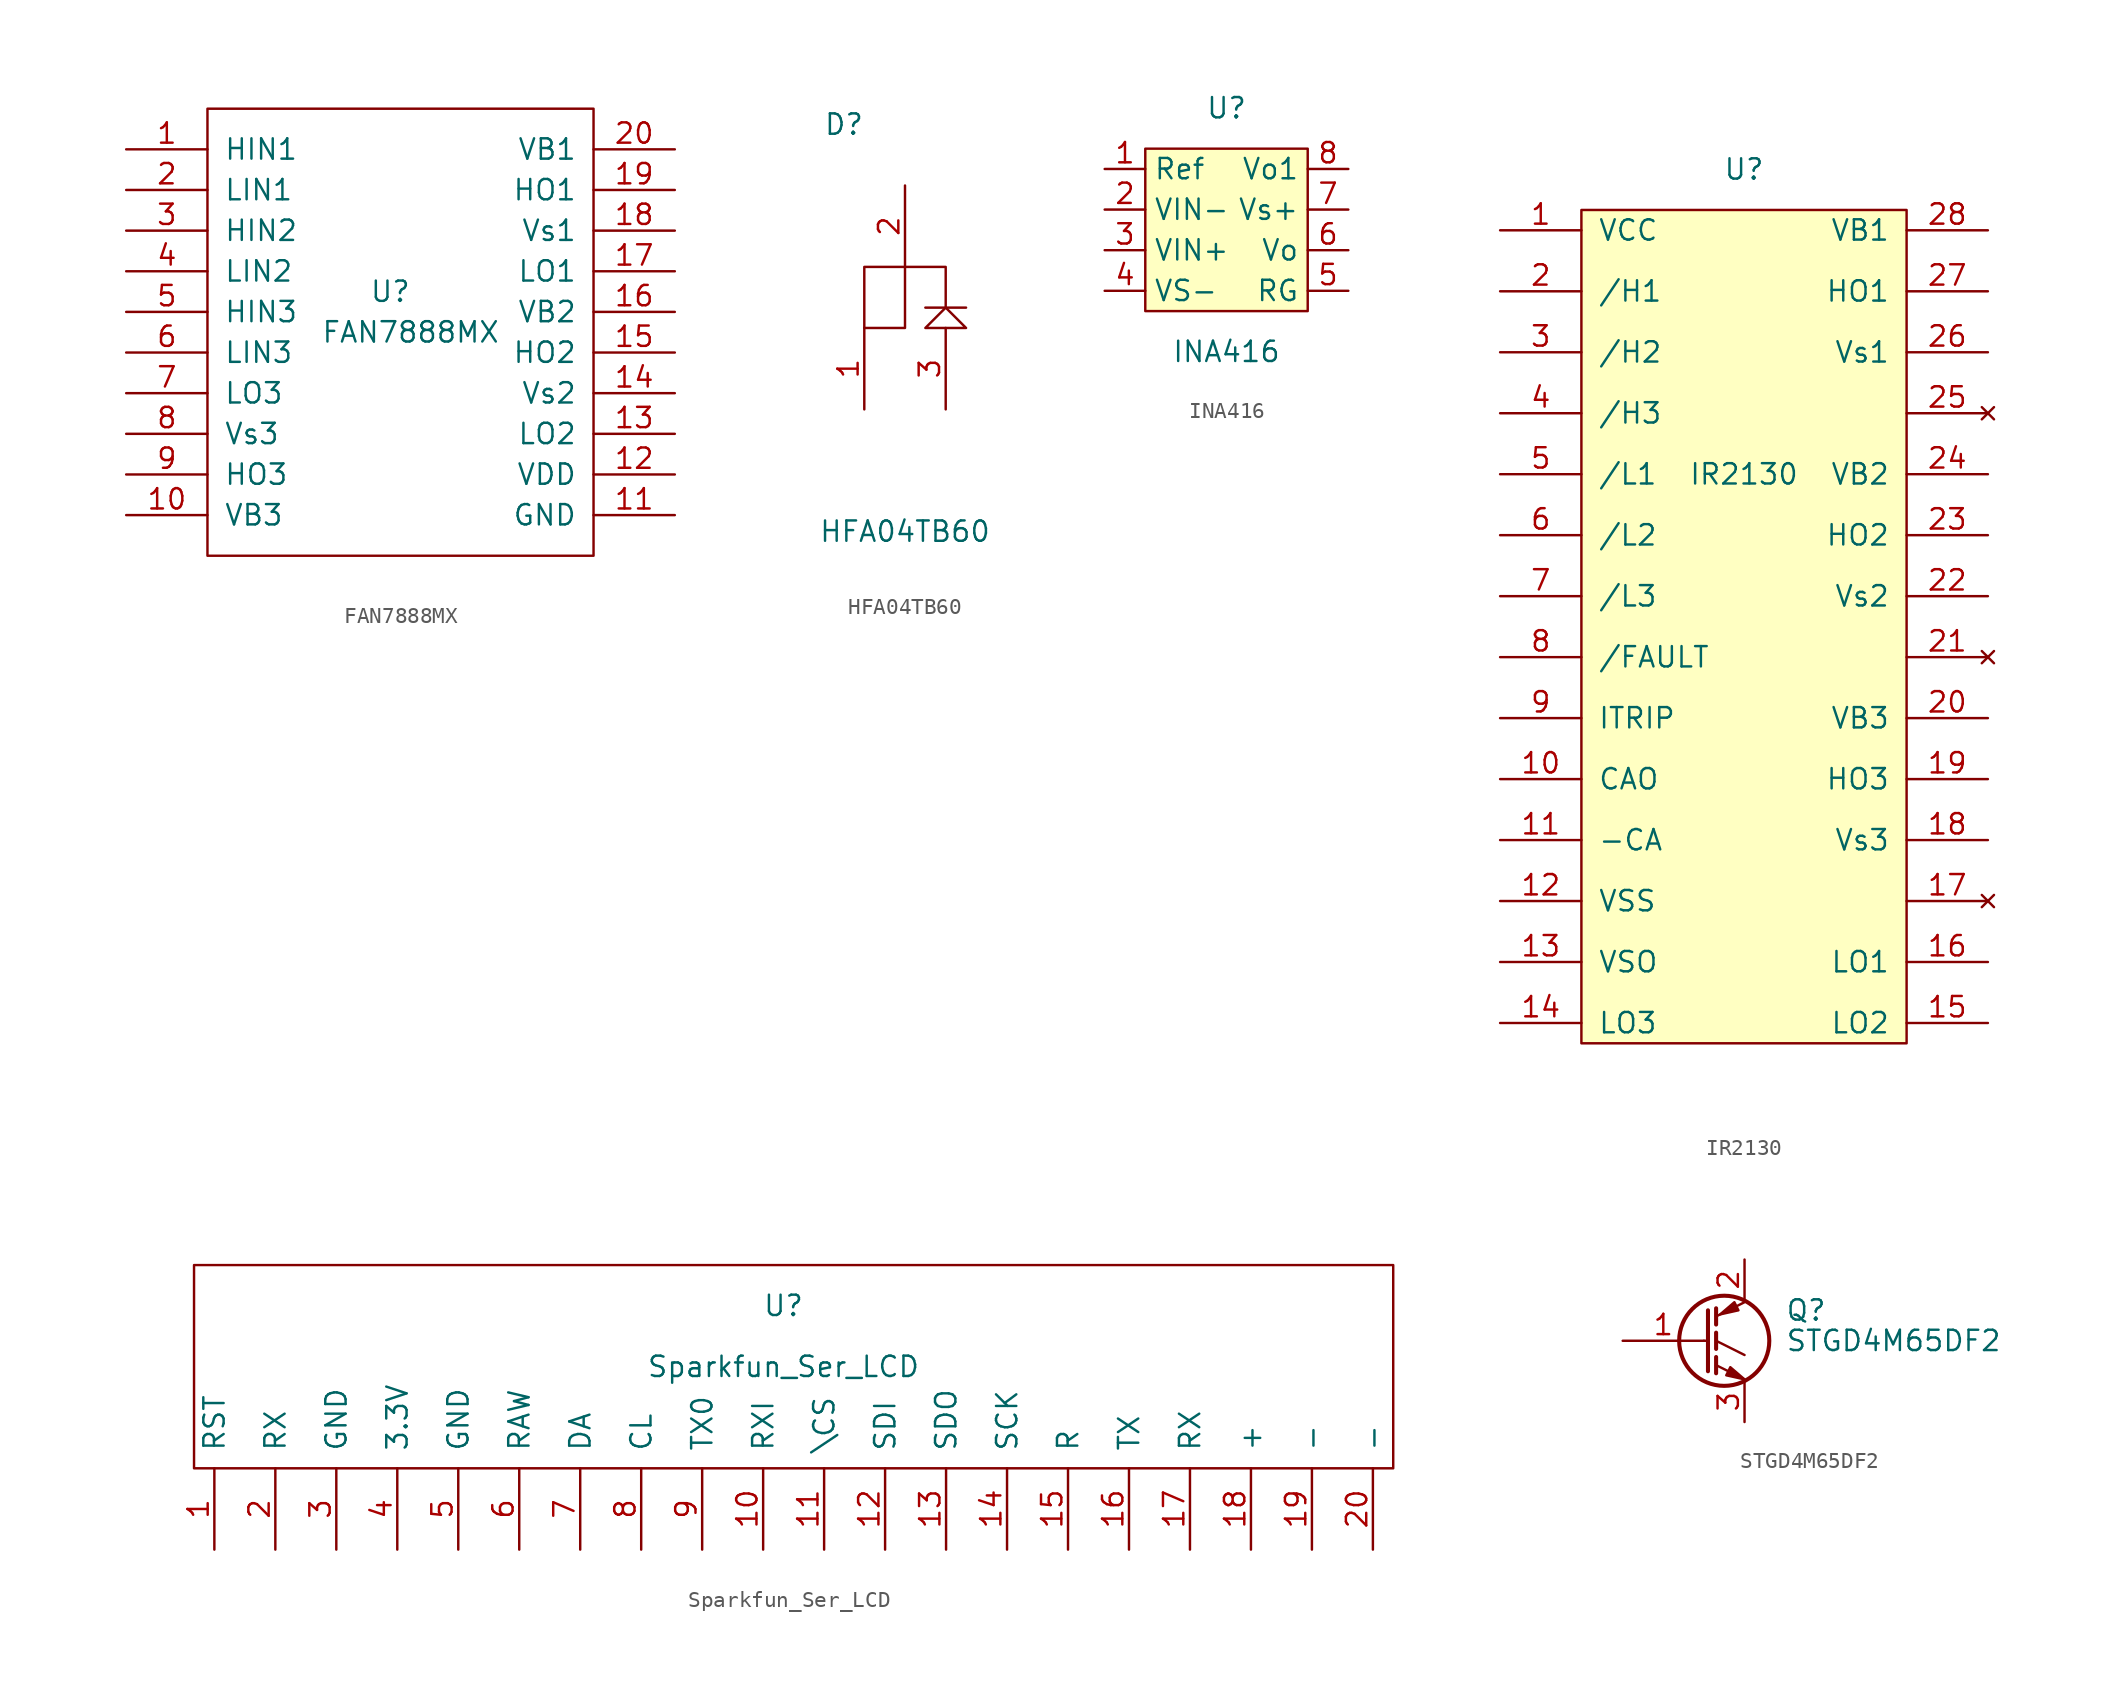
<source format=kicad_sym>
(kicad_symbol_lib
  (version 20211014)
  (generator kicad_symbol_editor)
  (symbol "FAN7888MX"
    (pin_names
      (offset 1.016))
    (property "Reference" "U"
      (at -1.27 2.54 0)
      (effects (font (size 1.27 1.27))))
    (property "Value" "FAN7888MX"
      (at 0 0 0)
      (effects (font (size 1.27 1.27))))
    (symbol "FAN7888MX_0_1"
      (rectangle (start -12.7 13.97) (end 11.43 -13.97) (stroke (width 0) (type default) (color 0 0 0 0)) (fill (type none))))
    (symbol "FAN7888MX_1_1"
      (pin input line (at -17.78 11.43 0) (length 5.08) (name "HIN1" (effects (font (size 1.27 1.27)))) (number "1" (effects (font (size 1.27 1.27)))))
      (pin output line (at -17.78 -11.43 0) (length 5.08) (name "VB3" (effects (font (size 1.27 1.27)))) (number "10" (effects (font (size 1.27 1.27)))))
      (pin power_in line (at 16.51 -11.43 180) (length 5.08) (name "GND" (effects (font (size 1.27 1.27)))) (number "11" (effects (font (size 1.27 1.27)))))
      (pin output line (at 16.51 -8.89 180) (length 5.08) (name "VDD" (effects (font (size 1.27 1.27)))) (number "12" (effects (font (size 1.27 1.27)))))
      (pin output line (at 16.51 -6.35 180) (length 5.08) (name "LO2" (effects (font (size 1.27 1.27)))) (number "13" (effects (font (size 1.27 1.27)))))
      (pin output line (at 16.51 -3.81 180) (length 5.08) (name "Vs2" (effects (font (size 1.27 1.27)))) (number "14" (effects (font (size 1.27 1.27)))))
      (pin output line (at 16.51 -1.27 180) (length 5.08) (name "HO2" (effects (font (size 1.27 1.27)))) (number "15" (effects (font (size 1.27 1.27)))))
      (pin output line (at 16.51 1.27 180) (length 5.08) (name "VB2" (effects (font (size 1.27 1.27)))) (number "16" (effects (font (size 1.27 1.27)))))
      (pin output line (at 16.51 3.81 180) (length 5.08) (name "LO1" (effects (font (size 1.27 1.27)))) (number "17" (effects (font (size 1.27 1.27)))))
      (pin output line (at 16.51 6.35 180) (length 5.08) (name "Vs1" (effects (font (size 1.27 1.27)))) (number "18" (effects (font (size 1.27 1.27)))))
      (pin output line (at 16.51 8.89 180) (length 5.08) (name "HO1" (effects (font (size 1.27 1.27)))) (number "19" (effects (font (size 1.27 1.27)))))
      (pin input line (at -17.78 8.89 0) (length 5.08) (name "LIN1" (effects (font (size 1.27 1.27)))) (number "2" (effects (font (size 1.27 1.27)))))
      (pin output line (at 16.51 11.43 180) (length 5.08) (name "VB1" (effects (font (size 1.27 1.27)))) (number "20" (effects (font (size 1.27 1.27)))))
      (pin input line (at -17.78 6.35 0) (length 5.08) (name "HIN2" (effects (font (size 1.27 1.27)))) (number "3" (effects (font (size 1.27 1.27)))))
      (pin input line (at -17.78 3.81 0) (length 5.08) (name "LIN2" (effects (font (size 1.27 1.27)))) (number "4" (effects (font (size 1.27 1.27)))))
      (pin input line (at -17.78 1.27 0) (length 5.08) (name "HIN3" (effects (font (size 1.27 1.27)))) (number "5" (effects (font (size 1.27 1.27)))))
      (pin input line (at -17.78 -1.27 0) (length 5.08) (name "LIN3" (effects (font (size 1.27 1.27)))) (number "6" (effects (font (size 1.27 1.27)))))
      (pin output line (at -17.78 -3.81 0) (length 5.08) (name "LO3" (effects (font (size 1.27 1.27)))) (number "7" (effects (font (size 1.27 1.27)))))
      (pin output line (at -17.78 -6.35 0) (length 5.08) (name "Vs3" (effects (font (size 1.27 1.27)))) (number "8" (effects (font (size 1.27 1.27)))))
      (pin output line (at -17.78 -8.89 0) (length 5.08) (name "HO3" (effects (font (size 1.27 1.27)))) (number "9" (effects (font (size 1.27 1.27)))))))
  (symbol "HFA04TB60"
    (pin_names
      (offset 1.016))
    (property "Reference" "D"
      (at -3.81 11.43 0)
      (effects (font (size 1.27 1.27))))
    (property "Value" "HFA04TB60"
      (at 0 -13.97 0)
      (effects (font (size 1.27 1.27))))
    (symbol "HFA04TB60_0_1"
      (polyline (pts (xy 2.54 -1.27) (xy 3.81 -1.27) (xy 2.54 0) (xy 1.27 -1.27) (xy 2.54 -1.27)) (stroke (width 0) (type default) (color 0 0 0 0)) (fill (type none)))
      (polyline (pts (xy 1.27 0) (xy 3.81 0) (xy 2.54 0) (xy 2.54 2.54) (xy 0 2.54) (xy -2.54 2.54) (xy -2.54 -1.27) (xy 0 -1.27) (xy 0 2.54)) (stroke (width 0) (type default) (color 0 0 0 0)) (fill (type none))))
    (symbol "HFA04TB60_1_1"
      (pin input line (at -2.54 -6.35 90) (length 5.08) (name "~" (effects (font (size 1.27 1.27)))) (number "1" (effects (font (size 1.27 1.27)))))
      (pin input line (at 0 7.62 270) (length 5.08) (name "~" (effects (font (size 1.27 1.27)))) (number "2" (effects (font (size 1.27 1.27)))))
      (pin input line (at 2.54 -6.35 90) (length 5.08) (name "~" (effects (font (size 1.27 1.27)))) (number "3" (effects (font (size 1.27 1.27)))))))
  (symbol "INA416"
    (property "Reference" "U"
      (at 0 7.62 0)
      (effects (font (size 1.27 1.27))))
    (property "Value" "INA416"
      (at 0 -7.62 0)
      (effects (font (size 1.27 1.27))))
    (symbol "INA416_0_1"
      (rectangle (start -5.08 5.08) (end 5.08 -5.08) (stroke (width 0) (type default) (color 0 0 0 0)) (fill (type background))))
    (symbol "INA416_1_1"
      (pin input line (at -7.62 3.81 0) (length 2.54) (name "Ref" (effects (font (size 1.27 1.27)))) (number "1" (effects (font (size 1.27 1.27)))))
      (pin input line (at -7.62 1.27 0) (length 2.54) (name "VIN-" (effects (font (size 1.27 1.27)))) (number "2" (effects (font (size 1.27 1.27)))))
      (pin input line (at -7.62 -1.27 0) (length 2.54) (name "VIN+" (effects (font (size 1.27 1.27)))) (number "3" (effects (font (size 1.27 1.27)))))
      (pin input line (at -7.62 -3.81 0) (length 2.54) (name "VS-" (effects (font (size 1.27 1.27)))) (number "4" (effects (font (size 1.27 1.27)))))
      (pin input line (at 7.62 -3.81 180) (length 2.54) (name "RG" (effects (font (size 1.27 1.27)))) (number "5" (effects (font (size 1.27 1.27)))))
      (pin input line (at 7.62 -1.27 180) (length 2.54) (name "Vo" (effects (font (size 1.27 1.27)))) (number "6" (effects (font (size 1.27 1.27)))))
      (pin input line (at 7.62 1.27 180) (length 2.54) (name "Vs+" (effects (font (size 1.27 1.27)))) (number "7" (effects (font (size 1.27 1.27)))))
      (pin input line (at 7.62 3.81 180) (length 2.54) (name "Vo1" (effects (font (size 1.27 1.27)))) (number "8" (effects (font (size 1.27 1.27)))))))
  (symbol "IR2130"
    (pin_names
      (offset 1.016))
    (property "Reference" "U"
      (at 0 29.21 0)
      (effects (font (size 1.27 1.27))))
    (property "Value" "IR2130"
      (at 0 10.16 0)
      (effects (font (size 1.27 1.27))))
    (symbol "IR2130_0_1"
      (rectangle (start -10.16 26.67) (end 10.16 -25.4) (stroke (width 0) (type default) (color 0 0 0 0)) (fill (type background))))
    (symbol "IR2130_1_1"
      (pin power_in line (at -15.24 25.4 0) (length 5.08) (name "VCC" (effects (font (size 1.27 1.27)))) (number "1" (effects (font (size 1.27 1.27)))))
      (pin output line (at -15.24 -8.89 0) (length 5.08) (name "CAO" (effects (font (size 1.27 1.27)))) (number "10" (effects (font (size 1.27 1.27)))))
      (pin input line (at -15.24 -12.7 0) (length 5.08) (name "-CA" (effects (font (size 1.27 1.27)))) (number "11" (effects (font (size 1.27 1.27)))))
      (pin power_in line (at -15.24 -16.51 0) (length 5.08) (name "VSS" (effects (font (size 1.27 1.27)))) (number "12" (effects (font (size 1.27 1.27)))))
      (pin power_in line (at -15.24 -20.32 0) (length 5.08) (name "VSO" (effects (font (size 1.27 1.27)))) (number "13" (effects (font (size 1.27 1.27)))))
      (pin power_out line (at -15.24 -24.13 0) (length 5.08) (name "LO3" (effects (font (size 1.27 1.27)))) (number "14" (effects (font (size 1.27 1.27)))))
      (pin power_out line (at 15.24 -24.13 180) (length 5.08) (name "LO2" (effects (font (size 1.27 1.27)))) (number "15" (effects (font (size 1.27 1.27)))))
      (pin power_out line (at 15.24 -20.32 180) (length 5.08) (name "LO1" (effects (font (size 1.27 1.27)))) (number "16" (effects (font (size 1.27 1.27)))))
      (pin no_connect line (at 15.24 -16.51 180) (length 5.08) (name "~" (effects (font (size 1.27 1.27)))) (number "17" (effects (font (size 1.27 1.27)))))
      (pin input line (at 15.24 -12.7 180) (length 5.08) (name "Vs3" (effects (font (size 1.27 1.27)))) (number "18" (effects (font (size 1.27 1.27)))))
      (pin power_out line (at 15.24 -8.89 180) (length 5.08) (name "HO3" (effects (font (size 1.27 1.27)))) (number "19" (effects (font (size 1.27 1.27)))))
      (pin input line (at -15.24 21.59 0) (length 5.08) (name "/H1" (effects (font (size 1.27 1.27)))) (number "2" (effects (font (size 1.27 1.27)))))
      (pin power_in line (at 15.24 -5.08 180) (length 5.08) (name "VB3" (effects (font (size 1.27 1.27)))) (number "20" (effects (font (size 1.27 1.27)))))
      (pin no_connect line (at 15.24 -1.27 180) (length 5.08) (name "~" (effects (font (size 1.27 1.27)))) (number "21" (effects (font (size 1.27 1.27)))))
      (pin input line (at 15.24 2.54 180) (length 5.08) (name "Vs2" (effects (font (size 1.27 1.27)))) (number "22" (effects (font (size 1.27 1.27)))))
      (pin power_out line (at 15.24 6.35 180) (length 5.08) (name "HO2" (effects (font (size 1.27 1.27)))) (number "23" (effects (font (size 1.27 1.27)))))
      (pin power_in line (at 15.24 10.16 180) (length 5.08) (name "VB2" (effects (font (size 1.27 1.27)))) (number "24" (effects (font (size 1.27 1.27)))))
      (pin no_connect line (at 15.24 13.97 180) (length 5.08) (name "~" (effects (font (size 1.27 1.27)))) (number "25" (effects (font (size 1.27 1.27)))))
      (pin input line (at 15.24 17.78 180) (length 5.08) (name "Vs1" (effects (font (size 1.27 1.27)))) (number "26" (effects (font (size 1.27 1.27)))))
      (pin power_out line (at 15.24 21.59 180) (length 5.08) (name "HO1" (effects (font (size 1.27 1.27)))) (number "27" (effects (font (size 1.27 1.27)))))
      (pin power_in line (at 15.24 25.4 180) (length 5.08) (name "VB1" (effects (font (size 1.27 1.27)))) (number "28" (effects (font (size 1.27 1.27)))))
      (pin input line (at -15.24 17.78 0) (length 5.08) (name "/H2" (effects (font (size 1.27 1.27)))) (number "3" (effects (font (size 1.27 1.27)))))
      (pin input line (at -15.24 13.97 0) (length 5.08) (name "/H3" (effects (font (size 1.27 1.27)))) (number "4" (effects (font (size 1.27 1.27)))))
      (pin input line (at -15.24 10.16 0) (length 5.08) (name "/L1" (effects (font (size 1.27 1.27)))) (number "5" (effects (font (size 1.27 1.27)))))
      (pin input line (at -15.24 6.35 0) (length 5.08) (name "/L2" (effects (font (size 1.27 1.27)))) (number "6" (effects (font (size 1.27 1.27)))))
      (pin input line (at -15.24 2.54 0) (length 5.08) (name "/L3" (effects (font (size 1.27 1.27)))) (number "7" (effects (font (size 1.27 1.27)))))
      (pin output line (at -15.24 -1.27 0) (length 5.08) (name "/FAULT" (effects (font (size 1.27 1.27)))) (number "8" (effects (font (size 1.27 1.27)))))
      (pin input line (at -15.24 -5.08 0) (length 5.08) (name "ITRIP" (effects (font (size 1.27 1.27)))) (number "9" (effects (font (size 1.27 1.27)))))))
  (symbol "Sparkfun_Ser_LCD"
    (pin_names
      (offset 1.016))
    (property "Reference" "U"
      (at 0 2.54 0)
      (effects (font (size 1.27 1.27))))
    (property "Value" "Sparkfun_Ser_LCD"
      (at 0 -1.27 0)
      (effects (font (size 1.27 1.27))))
    (symbol "Sparkfun_Ser_LCD_0_1"
      (rectangle (start -36.83 5.08) (end 38.1 -7.62) (stroke (width 0) (type default) (color 0 0 0 0)) (fill (type none))))
    (symbol "Sparkfun_Ser_LCD_1_1"
      (pin output line (at -35.56 -12.7 90) (length 5.08) (name "RST" (effects (font (size 1.27 1.27)))) (number "1" (effects (font (size 1.27 1.27)))))
      (pin bidirectional line (at -1.27 -12.7 90) (length 5.08) (name "RXI" (effects (font (size 1.27 1.27)))) (number "10" (effects (font (size 1.27 1.27)))))
      (pin bidirectional line (at 2.54 -12.7 90) (length 5.08) (name "\\CS" (effects (font (size 1.27 1.27)))) (number "11" (effects (font (size 1.27 1.27)))))
      (pin bidirectional line (at 6.35 -12.7 90) (length 5.08) (name "SDI" (effects (font (size 1.27 1.27)))) (number "12" (effects (font (size 1.27 1.27)))))
      (pin bidirectional line (at 10.16 -12.7 90) (length 5.08) (name "SDO" (effects (font (size 1.27 1.27)))) (number "13" (effects (font (size 1.27 1.27)))))
      (pin bidirectional line (at 13.97 -12.7 90) (length 5.08) (name "SCK" (effects (font (size 1.27 1.27)))) (number "14" (effects (font (size 1.27 1.27)))))
      (pin bidirectional line (at 17.78 -12.7 90) (length 5.08) (name "R" (effects (font (size 1.27 1.27)))) (number "15" (effects (font (size 1.27 1.27)))))
      (pin bidirectional line (at 21.59 -12.7 90) (length 5.08) (name "TX" (effects (font (size 1.27 1.27)))) (number "16" (effects (font (size 1.27 1.27)))))
      (pin bidirectional line (at 25.4 -12.7 90) (length 5.08) (name "RX" (effects (font (size 1.27 1.27)))) (number "17" (effects (font (size 1.27 1.27)))))
      (pin bidirectional line (at 29.21 -12.7 90) (length 5.08) (name "+" (effects (font (size 1.27 1.27)))) (number "18" (effects (font (size 1.27 1.27)))))
      (pin bidirectional line (at 33.02 -12.7 90) (length 5.08) (name "-" (effects (font (size 1.27 1.27)))) (number "19" (effects (font (size 1.27 1.27)))))
      (pin output line (at -31.75 -12.7 90) (length 5.08) (name "RX" (effects (font (size 1.27 1.27)))) (number "2" (effects (font (size 1.27 1.27)))))
      (pin bidirectional line (at 36.83 -12.7 90) (length 5.08) (name "-" (effects (font (size 1.27 1.27)))) (number "20" (effects (font (size 1.27 1.27)))))
      (pin power_in line (at -27.94 -12.7 90) (length 5.08) (name "GND" (effects (font (size 1.27 1.27)))) (number "3" (effects (font (size 1.27 1.27)))))
      (pin power_in line (at -24.13 -12.7 90) (length 5.08) (name "3.3V" (effects (font (size 1.27 1.27)))) (number "4" (effects (font (size 1.27 1.27)))))
      (pin power_in line (at -20.32 -12.7 90) (length 5.08) (name "GND" (effects (font (size 1.27 1.27)))) (number "5" (effects (font (size 1.27 1.27)))))
      (pin bidirectional line (at -16.51 -12.7 90) (length 5.08) (name "RAW" (effects (font (size 1.27 1.27)))) (number "6" (effects (font (size 1.27 1.27)))))
      (pin bidirectional line (at -12.7 -12.7 90) (length 5.08) (name "DA" (effects (font (size 1.27 1.27)))) (number "7" (effects (font (size 1.27 1.27)))))
      (pin bidirectional line (at -8.89 -12.7 90) (length 5.08) (name "CL" (effects (font (size 1.27 1.27)))) (number "8" (effects (font (size 1.27 1.27)))))
      (pin bidirectional line (at -5.08 -12.7 90) (length 5.08) (name "TX0" (effects (font (size 1.27 1.27)))) (number "9" (effects (font (size 1.27 1.27)))))))
  (symbol "STGD4M65DF2"
    (pin_names
      (offset 0) hide)
    (property "Reference" "Q"
      (at 5.08 1.905 0)
      (effects (font (size 1.27 1.27)) (justify left)))
    (property "Value" "STGD4M65DF2"
      (at 5.08 0 0)
      (effects (font (size 1.27 1.27)) (justify left)))
    (symbol "STGD4M65DF2_0_1"
      (polyline (pts (xy 0 0) (xy 0.254 0)) (stroke (width 0) (type default) (color 0 0 0 0)) (fill (type none)))
      (polyline (pts (xy 0.762 -1.016) (xy 0.762 -2.032)) (stroke (width 0.254) (type default) (color 0 0 0 0)) (fill (type none)))
      (polyline (pts (xy 0.762 0.508) (xy 0.762 -0.508)) (stroke (width 0.254) (type default) (color 0 0 0 0)) (fill (type none)))
      (polyline (pts (xy 0.762 2.032) (xy 0.762 1.016)) (stroke (width 0.254) (type default) (color 0 0 0 0)) (fill (type none)))
      (polyline (pts (xy 2.54 -2.413) (xy 0.762 -1.524)) (stroke (width 0) (type default) (color 0 0 0 0)) (fill (type none)))
      (polyline (pts (xy 2.54 -0.889) (xy 0.762 0)) (stroke (width 0) (type default) (color 0 0 0 0)) (fill (type none)))
      (polyline (pts (xy 2.54 2.413) (xy 0.762 1.524)) (stroke (width 0) (type default) (color 0 0 0 0)) (fill (type none)))
      (polyline (pts (xy 0.254 1.905) (xy 0.254 -1.905) (xy 0.254 -1.905)) (stroke (width 0.254) (type default) (color 0 0 0 0)) (fill (type none)))
      (polyline (pts (xy 1.397 -2.159) (xy 1.651 -1.651) (xy 2.54 -2.413) (xy 1.397 -2.159)) (stroke (width 0) (type default) (color 0 0 0 0)) (fill (type outline)))
      (polyline (pts (xy 2.159 1.905) (xy 1.905 2.413) (xy 1.016 1.651) (xy 2.159 1.905)) (stroke (width 0) (type default) (color 0 0 0 0)) (fill (type outline)))
      (circle (center 1.27 0) (radius 2.819) (stroke (width 0.254) (type default) (color 0 0 0 0)) (fill (type none))))
    (symbol "STGD4M65DF2_1_1"
      (pin input line (at -5.08 0 0) (length 5.08) (name "G" (effects (font (size 1.27 1.27)))) (number "1" (effects (font (size 1.27 1.27)))))
      (pin passive line (at 2.54 5.08 270) (length 2.54) (name "C" (effects (font (size 1.27 1.27)))) (number "2" (effects (font (size 1.27 1.27)))))
      (pin passive line (at 2.54 -5.08 90) (length 2.54) (name "E" (effects (font (size 1.27 1.27)))) (number "3" (effects (font (size 1.27 1.27))))))))
</source>
